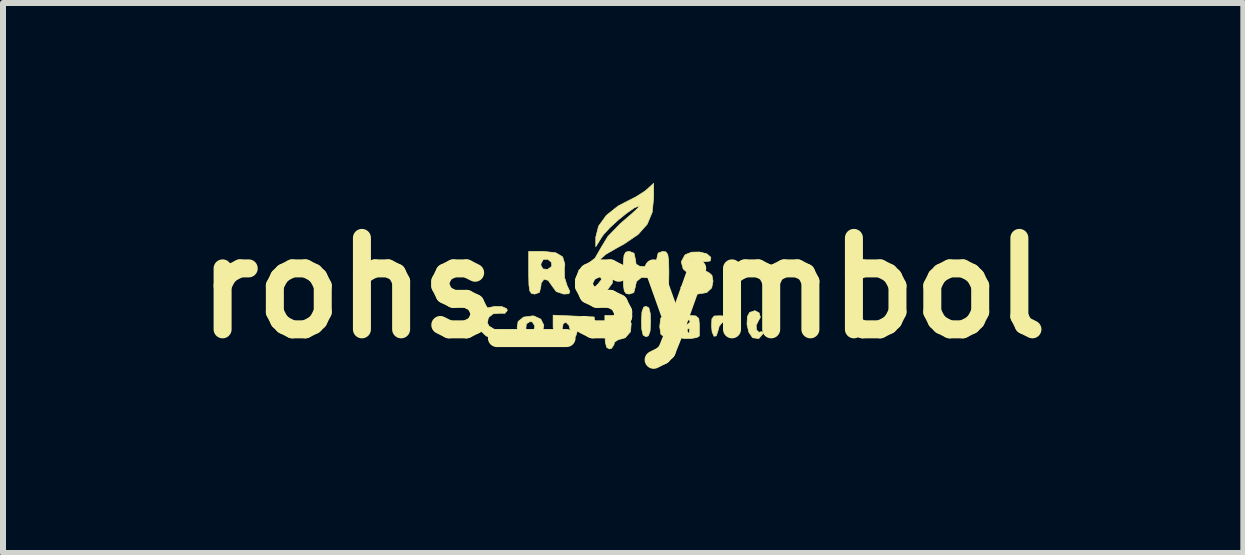
<source format=kicad_pcb>
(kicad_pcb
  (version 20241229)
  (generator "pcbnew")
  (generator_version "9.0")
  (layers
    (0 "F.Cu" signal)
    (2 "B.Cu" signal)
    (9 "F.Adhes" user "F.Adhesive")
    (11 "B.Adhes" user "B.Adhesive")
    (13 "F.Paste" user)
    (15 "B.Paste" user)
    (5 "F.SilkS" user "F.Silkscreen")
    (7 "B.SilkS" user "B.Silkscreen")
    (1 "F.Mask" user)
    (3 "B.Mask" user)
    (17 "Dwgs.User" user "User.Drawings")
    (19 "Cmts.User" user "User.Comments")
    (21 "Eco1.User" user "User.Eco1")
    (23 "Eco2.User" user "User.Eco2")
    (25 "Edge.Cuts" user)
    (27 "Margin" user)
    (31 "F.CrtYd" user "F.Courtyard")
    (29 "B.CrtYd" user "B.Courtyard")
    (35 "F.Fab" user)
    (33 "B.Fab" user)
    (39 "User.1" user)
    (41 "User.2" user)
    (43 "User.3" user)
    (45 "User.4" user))
  (footprint "rohs_symbol"
    (layer "F.Cu")
    (at 7.337 1.75)
    (property "Reference" "rohs_symbol" (at 0 0 0) (layer "F.SilkS") (effects (font (size 1.524 1.524) (thickness 0.3))))
    (attr through_hole)
    (fp_poly (pts (xy 0.709 0.342) (xy 0.711 0.356) (xy 0.694 0.405) (xy 0.689 0.406) (xy 0.645 0.371) (xy 0.635 0.356) (xy 0.639 0.309) (xy 0.657 0.305) (xy 0.709 0.342)) (stroke (width 0.01) (type solid)) (fill yes) (layer "F.SilkS"))
    (fp_poly (pts (xy 0.429 0.332) (xy 0.452 0.426) (xy 0.457 0.559) (xy 0.449 0.719) (xy 0.421 0.797) (xy 0.381 0.813) (xy 0.333 0.786) (xy 0.31 0.691) (xy 0.305 0.559) (xy 0.313 0.399) (xy 0.341 0.321) (xy 0.381 0.305) (xy 0.429 0.332)) (stroke (width 0.01) (type solid)) (fill yes) (layer "F.SilkS"))
    (fp_poly (pts (xy 0.742 0.496) (xy 0.762 0.619) (xy 0.762 0.635) (xy 0.745 0.767) (xy 0.693 0.812) (xy 0.686 0.813) (xy 0.629 0.774) (xy 0.61 0.651) (xy 0.61 0.635) (xy 0.626 0.503) (xy 0.679 0.458) (xy 0.686 0.457) (xy 0.742 0.496)) (stroke (width 0.01) (type solid)) (fill yes) (layer "F.SilkS"))
    (fp_poly (pts (xy 2.265 0.414) (xy 2.287 0.487) (xy 2.255 0.546) (xy 2.217 0.623) (xy 2.223 0.7) (xy 2.264 0.739) (xy 2.298 0.729) (xy 2.332 0.736) (xy 2.328 0.764) (xy 2.262 0.843) (xy 2.164 0.831) (xy 2.154 0.825) (xy 2.094 0.737) (xy 2.064 0.605) (xy 2.071 0.476) (xy 2.108 0.407) (xy 2.195 0.378) (xy 2.265 0.414)) (stroke (width 0.01) (type solid)) (fill yes) (layer "F.SilkS"))
    (fp_poly (pts (xy 1.664 0.467) (xy 1.79 0.486) (xy 1.848 0.535) (xy 1.87 0.643) (xy 1.87 0.648) (xy 1.868 0.767) (xy 1.824 0.811) (xy 1.807 0.813) (xy 1.742 0.769) (xy 1.727 0.682) (xy 1.704 0.588) (xy 1.652 0.575) (xy 1.601 0.638) (xy 1.584 0.702) (xy 1.553 0.798) (xy 1.514 0.805) (xy 1.482 0.733) (xy 1.473 0.632) (xy 1.479 0.514) (xy 1.517 0.467) (xy 1.616 0.463) (xy 1.664 0.467)) (stroke (width 0.01) (type solid)) (fill yes) (layer "F.SilkS"))
    (fp_poly (pts (xy -2.021 0.31) (xy -1.943 0.344) (xy -1.93 0.374) (xy -1.971 0.423) (xy -2.048 0.421) (xy -2.168 0.431) (xy -2.248 0.495) (xy -2.262 0.585) (xy -2.235 0.635) (xy -2.137 0.696) (xy -2.051 0.711) (xy -1.952 0.733) (xy -1.938 0.782) (xy -2.011 0.833) (xy -2.1 0.859) (xy -2.178 0.848) (xy -2.286 0.798) (xy -2.393 0.697) (xy -2.43 0.559) (xy -2.39 0.423) (xy -2.361 0.387) (xy -2.266 0.333) (xy -2.141 0.307) (xy -2.021 0.31)) (stroke (width 0.01) (type solid)) (fill yes) (layer "F.SilkS"))
    (fp_poly (pts (xy -1.489 0.466) (xy -1.373 0.519) (xy -1.322 0.621) (xy -1.345 0.736) (xy -1.402 0.797) (xy -1.534 0.859) (xy -1.649 0.826) (xy -1.698 0.784) (xy -1.761 0.677) (xy -1.622 0.677) (xy -1.593 0.727) (xy -1.531 0.739) (xy -1.482 0.68) (xy -1.473 0.632) (xy -1.514 0.567) (xy -1.549 0.559) (xy -1.613 0.597) (xy -1.622 0.677) (xy -1.761 0.677) (xy -1.768 0.665) (xy -1.751 0.558) (xy -1.659 0.485) (xy -1.506 0.465) (xy -1.489 0.466)) (stroke (width 0.01) (type solid)) (fill yes) (layer "F.SilkS"))
    (fp_poly (pts (xy -0.826 0.468) (xy -0.483 0.483) (xy -0.467 0.648) (xy -0.469 0.767) (xy -0.513 0.811) (xy -0.53 0.813) (xy -0.595 0.769) (xy -0.61 0.682) (xy -0.635 0.589) (xy -0.689 0.576) (xy -0.741 0.641) (xy -0.754 0.69) (xy -0.79 0.802) (xy -0.833 0.83) (xy -0.867 0.769) (xy -0.872 0.734) (xy -0.905 0.62) (xy -0.956 0.571) (xy -1 0.595) (xy -1.016 0.682) (xy -1.042 0.787) (xy -1.092 0.813) (xy -1.148 0.775) (xy -1.168 0.653) (xy -1.168 0.633) (xy -1.168 0.453) (xy -0.826 0.468)) (stroke (width 0.01) (type solid)) (fill yes) (layer "F.SilkS"))
    (fp_poly (pts (xy 0.032 0.466) (xy 0.1 0.507) (xy 0.134 0.592) (xy 0.123 0.728) (xy 0.036 0.829) (xy -0.086 0.864) (xy -0.145 0.904) (xy -0.152 0.94) (xy -0.193 1.007) (xy -0.229 1.016) (xy -0.275 0.991) (xy -0.298 0.903) (xy -0.305 0.737) (xy -0.305 0.677) (xy -0.149 0.677) (xy -0.12 0.727) (xy -0.058 0.739) (xy -0.008 0.68) (xy 0 0.632) (xy -0.041 0.567) (xy -0.076 0.559) (xy -0.14 0.597) (xy -0.149 0.677) (xy -0.305 0.677) (xy -0.305 0.457) (xy -0.103 0.457) (xy 0.032 0.466)) (stroke (width 0.01) (type solid)) (fill yes) (layer "F.SilkS"))
    (fp_poly (pts (xy 1.212 0.466) (xy 1.261 0.509) (xy 1.27 0.61) (xy 1.27 0.73) (xy 1.271 0.799) (xy 1.228 0.826) (xy 1.13 0.842) (xy 1.021 0.844) (xy 0.947 0.828) (xy 0.942 0.824) (xy 0.914 0.74) (xy 0.933 0.711) (xy 1.067 0.711) (xy 1.085 0.753) (xy 1.101 0.745) (xy 1.107 0.685) (xy 1.101 0.677) (xy 1.07 0.684) (xy 1.067 0.711) (xy 0.933 0.711) (xy 0.966 0.66) (xy 1.016 0.635) (xy 1.098 0.588) (xy 1.118 0.552) (xy 1.078 0.524) (xy 1.016 0.533) (xy 0.934 0.538) (xy 0.914 0.511) (xy 0.959 0.476) (xy 1.069 0.458) (xy 1.092 0.457) (xy 1.212 0.466)) (stroke (width 0.01) (type solid)) (fill yes) (layer "F.SilkS"))
    (fp_poly (pts (xy 1.392 -0.571) (xy 1.459 -0.514) (xy 1.462 -0.504) (xy 1.451 -0.45) (xy 1.375 -0.438) (xy 1.31 -0.444) (xy 1.143 -0.464) (xy 1.27 -0.36) (xy 1.367 -0.288) (xy 1.428 -0.255) (xy 1.43 -0.255) (xy 1.48 -0.211) (xy 1.498 -0.114) (xy 1.477 -0.007) (xy 1.471 0.004) (xy 1.392 0.077) (xy 1.245 0.101) (xy 1.226 0.102) (xy 1.092 0.093) (xy 1.007 0.073) (xy 0.999 0.068) (xy 0.96 -0.01) (xy 1.008 -0.058) (xy 1.118 -0.062) (xy 1.235 -0.059) (xy 1.262 -0.095) (xy 1.198 -0.162) (xy 1.117 -0.214) (xy 1 -0.318) (xy 0.968 -0.436) (xy 1.027 -0.547) (xy 1.038 -0.556) (xy 1.14 -0.597) (xy 1.272 -0.6) (xy 1.392 -0.571)) (stroke (width 0.01) (type solid)) (fill yes) (layer "F.SilkS"))
    (fp_poly (pts (xy -1.125 -0.588) (xy -1.009 -0.519) (xy -0.972 -0.397) (xy -0.98 -0.319) (xy -0.976 -0.171) (xy -0.934 -0.039) (xy -0.889 0.058) (xy -0.905 0.096) (xy -0.99 0.102) (xy -1.116 0.06) (xy -1.178 -0.025) (xy -1.25 -0.127) (xy -1.32 -0.146) (xy -1.366 -0.083) (xy -1.372 -0.025) (xy -1.395 0.074) (xy -1.473 0.102) (xy -1.527 0.092) (xy -1.557 0.049) (xy -1.571 -0.05) (xy -1.575 -0.226) (xy -1.575 -0.254) (xy -1.575 -0.378) (xy -1.372 -0.378) (xy -1.335 -0.317) (xy -1.259 -0.31) (xy -1.19 -0.361) (xy -1.195 -0.427) (xy -1.256 -0.477) (xy -1.329 -0.477) (xy -1.331 -0.476) (xy -1.368 -0.409) (xy -1.372 -0.378) (xy -1.575 -0.378) (xy -1.575 -0.61) (xy -1.327 -0.61) (xy -1.125 -0.588)) (stroke (width 0.01) (type solid)) (fill yes) (layer "F.SilkS"))
    (fp_poly (pts (xy 0.714 -0.6) (xy 0.744 -0.557) (xy 0.758 -0.458) (xy 0.762 -0.282) (xy 0.762 -0.254) (xy 0.759 -0.067) (xy 0.747 0.04) (xy 0.719 0.089) (xy 0.668 0.102) (xy 0.66 0.102) (xy 0.579 0.07) (xy 0.559 -0.019) (xy 0.52 -0.131) (xy 0.452 -0.168) (xy 0.305 -0.176) (xy 0.221 -0.108) (xy 0.203 -0.02) (xy 0.177 0.077) (xy 0.102 0.102) (xy 0.048 0.092) (xy 0.018 0.049) (xy 0.004 -0.05) (xy 0.000028 -0.226) (xy 0 -0.254) (xy 0.003 -0.441) (xy 0.015 -0.548) (xy 0.043 -0.597) (xy 0.094 -0.61) (xy 0.102 -0.61) (xy 0.181 -0.58) (xy 0.203 -0.483) (xy 0.216 -0.397) (xy 0.276 -0.362) (xy 0.381 -0.356) (xy 0.501 -0.365) (xy 0.55 -0.408) (xy 0.559 -0.483) (xy 0.583 -0.582) (xy 0.66 -0.61) (xy 0.714 -0.6)) (stroke (width 0.01) (type solid)) (fill yes) (layer "F.SilkS"))
    (fp_poly (pts (xy 0.508 -1.505) (xy 0.484 -1.262) (xy 0.402 -1.064) (xy 0.25 -0.893) (xy 0.015 -0.733) (xy -0.106 -0.667) (xy -0.29 -0.561) (xy -0.381 -0.48) (xy -0.379 -0.42) (xy -0.308 -0.382) (xy -0.216 -0.31) (xy -0.172 -0.223) (xy -0.179 -0.083) (xy -0.257 0.024) (xy -0.382 0.09) (xy -0.525 0.104) (xy -0.66 0.058) (xy -0.739 -0.022) (xy -0.769 -0.116) (xy -0.548 -0.116) (xy -0.537 -0.067) (xy -0.505 -0.01) (xy -0.46 -0.028) (xy -0.419 -0.067) (xy -0.362 -0.139) (xy -0.381 -0.197) (xy -0.419 -0.238) (xy -0.486 -0.295) (xy -0.52 -0.277) (xy -0.537 -0.238) (xy -0.548 -0.116) (xy -0.769 -0.116) (xy -0.785 -0.167) (xy -0.737 -0.299) (xy -0.604 -0.398) (xy -0.581 -0.408) (xy -0.469 -0.497) (xy -0.375 -0.66) (xy -0.374 -0.663) (xy -0.254 -0.86) (xy -0.046 -1.074) (xy 0.01 -1.122) (xy 0.146 -1.239) (xy 0.239 -1.326) (xy 0.272 -1.369) (xy 0.269 -1.37) (xy 0.187 -1.336) (xy 0.061 -1.249) (xy -0.084 -1.132) (xy -0.222 -1.005) (xy -0.327 -0.891) (xy -0.357 -0.849) (xy -0.457 -0.686) (xy -0.457 -0.847) (xy -0.41 -1.031) (xy -0.28 -1.211) (xy -0.085 -1.366) (xy 0.049 -1.436) (xy 0.213 -1.519) (xy 0.354 -1.609) (xy 0.394 -1.641) (xy 0.508 -1.745) (xy 0.508 -1.505)) (stroke (width 0.01) (type solid)) (fill yes) (layer "F.SilkS")))
  (gr_rect
    (start -3 -3)
    (end 17.674 6.168)
    (stroke (width 0.1) (type default))
    (fill no)
    (layer "Edge.Cuts")))
</source>
